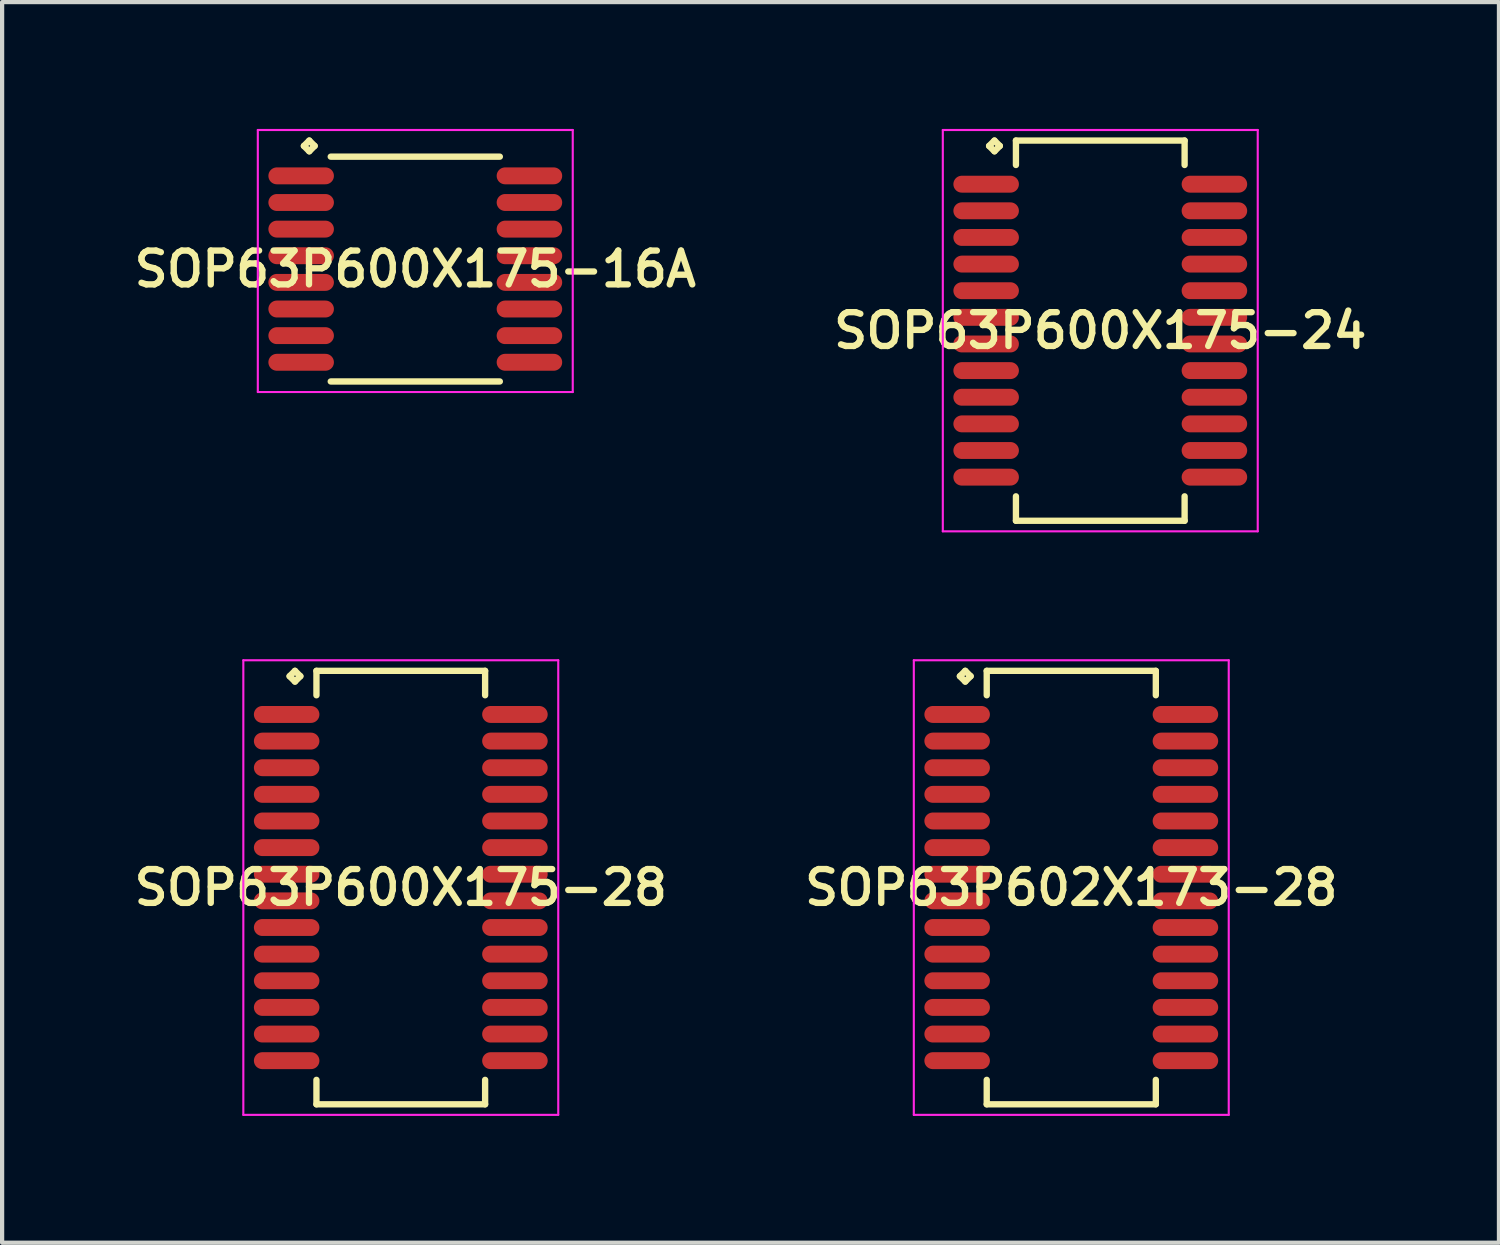
<source format=kicad_pcb>
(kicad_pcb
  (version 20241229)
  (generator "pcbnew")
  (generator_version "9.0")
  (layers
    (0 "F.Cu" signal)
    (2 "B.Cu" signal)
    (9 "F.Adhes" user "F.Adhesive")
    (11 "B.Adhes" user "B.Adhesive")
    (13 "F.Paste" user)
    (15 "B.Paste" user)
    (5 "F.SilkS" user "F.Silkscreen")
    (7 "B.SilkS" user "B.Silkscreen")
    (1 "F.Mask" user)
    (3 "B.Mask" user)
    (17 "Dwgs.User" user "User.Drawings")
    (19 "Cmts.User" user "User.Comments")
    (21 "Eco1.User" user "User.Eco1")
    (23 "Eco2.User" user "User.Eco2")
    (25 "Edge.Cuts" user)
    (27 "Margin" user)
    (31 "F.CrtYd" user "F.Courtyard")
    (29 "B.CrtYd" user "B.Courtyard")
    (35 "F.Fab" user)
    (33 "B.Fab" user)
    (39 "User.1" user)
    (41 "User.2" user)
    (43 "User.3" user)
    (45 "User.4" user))
  (footprint "SOP63P600X175-28"
    (layer "F.Cu")
    (at 6.431 17.946)
    (property "Reference" "SOP63P600X175-28" (at 0 0 0) (layer "F.SilkS") (effects (font (size 0.8 0.8) (thickness 0.15))))
    (attr smd)
    (fp_line (start -2.63 -5) (end -2.503 -5.127) (stroke (width 0.15) (type solid)) (layer "F.SilkS"))
    (fp_line (start -2.503 -5.127) (end -2.376 -5) (stroke (width 0.15) (type solid)) (layer "F.SilkS"))
    (fp_line (start -2.503 -4.873) (end -2.63 -5) (stroke (width 0.15) (type solid)) (layer "F.SilkS"))
    (fp_line (start -2.376 -5) (end -2.503 -4.873) (stroke (width 0.15) (type solid)) (layer "F.SilkS"))
    (fp_line (start -1.995 -5.127) (end 1.995 -5.127) (stroke (width 0.15) (type solid)) (layer "F.SilkS"))
    (fp_line (start -1.995 -4.549) (end -1.995 -5.127) (stroke (width 0.15) (type solid)) (layer "F.SilkS"))
    (fp_line (start -1.995 4.549) (end -1.995 5.127) (stroke (width 0.15) (type solid)) (layer "F.SilkS"))
    (fp_line (start -1.995 5.127) (end 1.995 5.127) (stroke (width 0.15) (type solid)) (layer "F.SilkS"))
    (fp_line (start 1.995 -5.127) (end 1.995 -4.549) (stroke (width 0.15) (type solid)) (layer "F.SilkS"))
    (fp_line (start 1.995 5.127) (end 1.995 4.549) (stroke (width 0.15) (type solid)) (layer "F.SilkS"))
    (fp_line (start -3.725 -5.377) (end 3.725 -5.377) (stroke (width 0.05) (type solid)) (layer "F.CrtYd"))
    (fp_line (start -3.725 5.377) (end -3.725 -5.377) (stroke (width 0.05) (type solid)) (layer "F.CrtYd"))
    (fp_line (start 3.725 -5.377) (end 3.725 5.377) (stroke (width 0.05) (type solid)) (layer "F.CrtYd"))
    (fp_line (start 3.725 5.377) (end -3.725 5.377) (stroke (width 0.05) (type solid)) (layer "F.CrtYd"))
    (pad "1" smd oval (at -2.7 -4.095) (size 1.55 0.4) (layers "F.Cu" "F.Mask" "F.Paste"))
    (pad "2" smd oval (at -2.7 -3.465) (size 1.55 0.4) (layers "F.Cu" "F.Mask" "F.Paste"))
    (pad "3" smd oval (at -2.7 -2.835) (size 1.55 0.4) (layers "F.Cu" "F.Mask" "F.Paste"))
    (pad "4" smd oval (at -2.7 -2.205) (size 1.55 0.4) (layers "F.Cu" "F.Mask" "F.Paste"))
    (pad "5" smd oval (at -2.7 -1.575) (size 1.55 0.4) (layers "F.Cu" "F.Mask" "F.Paste"))
    (pad "6" smd oval (at -2.7 -0.945) (size 1.55 0.4) (layers "F.Cu" "F.Mask" "F.Paste"))
    (pad "7" smd oval (at -2.7 -0.315) (size 1.55 0.4) (layers "F.Cu" "F.Mask" "F.Paste"))
    (pad "8" smd oval (at -2.7 0.315) (size 1.55 0.4) (layers "F.Cu" "F.Mask" "F.Paste"))
    (pad "9" smd oval (at -2.7 0.945) (size 1.55 0.4) (layers "F.Cu" "F.Mask" "F.Paste"))
    (pad "10" smd oval (at -2.7 1.575) (size 1.55 0.4) (layers "F.Cu" "F.Mask" "F.Paste"))
    (pad "11" smd oval (at -2.7 2.205) (size 1.55 0.4) (layers "F.Cu" "F.Mask" "F.Paste"))
    (pad "12" smd oval (at -2.7 2.835) (size 1.55 0.4) (layers "F.Cu" "F.Mask" "F.Paste"))
    (pad "13" smd oval (at -2.7 3.465) (size 1.55 0.4) (layers "F.Cu" "F.Mask" "F.Paste"))
    (pad "14" smd oval (at -2.7 4.095) (size 1.55 0.4) (layers "F.Cu" "F.Mask" "F.Paste"))
    (pad "15" smd oval (at 2.7 4.095) (size 1.55 0.4) (layers "F.Cu" "F.Mask" "F.Paste"))
    (pad "16" smd oval (at 2.7 3.465) (size 1.55 0.4) (layers "F.Cu" "F.Mask" "F.Paste"))
    (pad "17" smd oval (at 2.7 2.835) (size 1.55 0.4) (layers "F.Cu" "F.Mask" "F.Paste"))
    (pad "18" smd oval (at 2.7 2.205) (size 1.55 0.4) (layers "F.Cu" "F.Mask" "F.Paste"))
    (pad "19" smd oval (at 2.7 1.575) (size 1.55 0.4) (layers "F.Cu" "F.Mask" "F.Paste"))
    (pad "20" smd oval (at 2.7 0.945) (size 1.55 0.4) (layers "F.Cu" "F.Mask" "F.Paste"))
    (pad "21" smd oval (at 2.7 0.315) (size 1.55 0.4) (layers "F.Cu" "F.Mask" "F.Paste"))
    (pad "22" smd oval (at 2.7 -0.315) (size 1.55 0.4) (layers "F.Cu" "F.Mask" "F.Paste"))
    (pad "23" smd oval (at 2.7 -0.945) (size 1.55 0.4) (layers "F.Cu" "F.Mask" "F.Paste"))
    (pad "24" smd oval (at 2.7 -1.575) (size 1.55 0.4) (layers "F.Cu" "F.Mask" "F.Paste"))
    (pad "25" smd oval (at 2.7 -2.205) (size 1.55 0.4) (layers "F.Cu" "F.Mask" "F.Paste"))
    (pad "26" smd oval (at 2.7 -2.835) (size 1.55 0.4) (layers "F.Cu" "F.Mask" "F.Paste"))
    (pad "27" smd oval (at 2.7 -3.465) (size 1.55 0.4) (layers "F.Cu" "F.Mask" "F.Paste"))
    (pad "28" smd oval (at 2.7 -4.095) (size 1.55 0.4) (layers "F.Cu" "F.Mask" "F.Paste")))
  (footprint "SOP63P600X175-16A"
    (layer "F.Cu")
    (at 6.774 3.315)
    (property "Reference" "SOP63P600X175-16A" (at 0 0 0) (layer "F.SilkS") (effects (font (size 0.8 0.8) (thickness 0.15))))
    (attr smd)
    (fp_line (start -2.635 -2.913) (end -2.508 -3.04) (stroke (width 0.15) (type solid)) (layer "F.SilkS"))
    (fp_line (start -2.508 -3.04) (end -2.381 -2.913) (stroke (width 0.15) (type solid)) (layer "F.SilkS"))
    (fp_line (start -2.508 -2.786) (end -2.635 -2.913) (stroke (width 0.15) (type solid)) (layer "F.SilkS"))
    (fp_line (start -2.381 -2.913) (end -2.508 -2.786) (stroke (width 0.15) (type solid)) (layer "F.SilkS"))
    (fp_line (start -2 -2.659) (end 2 -2.659) (stroke (width 0.15) (type solid)) (layer "F.SilkS"))
    (fp_line (start -2 2.659) (end 2 2.659) (stroke (width 0.15) (type solid)) (layer "F.SilkS"))
    (fp_line (start -3.725 -3.29) (end 3.725 -3.29) (stroke (width 0.05) (type solid)) (layer "F.CrtYd"))
    (fp_line (start -3.725 2.909) (end -3.725 -3.29) (stroke (width 0.05) (type solid)) (layer "F.CrtYd"))
    (fp_line (start 3.725 -3.29) (end 3.725 2.909) (stroke (width 0.05) (type solid)) (layer "F.CrtYd"))
    (fp_line (start 3.725 2.909) (end -3.725 2.909) (stroke (width 0.05) (type solid)) (layer "F.CrtYd"))
    (pad "1" smd oval (at -2.7 -2.205) (size 1.55 0.4) (layers "F.Cu" "F.Mask" "F.Paste"))
    (pad "2" smd oval (at -2.7 -1.575) (size 1.55 0.4) (layers "F.Cu" "F.Mask" "F.Paste"))
    (pad "3" smd oval (at -2.7 -0.945) (size 1.55 0.4) (layers "F.Cu" "F.Mask" "F.Paste"))
    (pad "4" smd oval (at -2.7 -0.315) (size 1.55 0.4) (layers "F.Cu" "F.Mask" "F.Paste"))
    (pad "5" smd oval (at -2.7 0.315) (size 1.55 0.4) (layers "F.Cu" "F.Mask" "F.Paste"))
    (pad "6" smd oval (at -2.7 0.945) (size 1.55 0.4) (layers "F.Cu" "F.Mask" "F.Paste"))
    (pad "7" smd oval (at -2.7 1.575) (size 1.55 0.4) (layers "F.Cu" "F.Mask" "F.Paste"))
    (pad "8" smd oval (at -2.7 2.205) (size 1.55 0.4) (layers "F.Cu" "F.Mask" "F.Paste"))
    (pad "9" smd oval (at 2.7 2.205) (size 1.55 0.4) (layers "F.Cu" "F.Mask" "F.Paste"))
    (pad "10" smd oval (at 2.7 1.575) (size 1.55 0.4) (layers "F.Cu" "F.Mask" "F.Paste"))
    (pad "11" smd oval (at 2.7 0.945) (size 1.55 0.4) (layers "F.Cu" "F.Mask" "F.Paste"))
    (pad "12" smd oval (at 2.7 0.315) (size 1.55 0.4) (layers "F.Cu" "F.Mask" "F.Paste"))
    (pad "13" smd oval (at 2.7 -0.315) (size 1.55 0.4) (layers "F.Cu" "F.Mask" "F.Paste"))
    (pad "14" smd oval (at 2.7 -0.945) (size 1.55 0.4) (layers "F.Cu" "F.Mask" "F.Paste"))
    (pad "15" smd oval (at 2.7 -1.575) (size 1.55 0.4) (layers "F.Cu" "F.Mask" "F.Paste"))
    (pad "16" smd oval (at 2.7 -2.205) (size 1.55 0.4) (layers "F.Cu" "F.Mask" "F.Paste")))
  (footprint "SOP63P600X175-24"
    (layer "F.Cu")
    (at 22.978 4.772)
    (property "Reference" "SOP63P600X175-24" (at 0 0 0) (layer "F.SilkS") (effects (font (size 0.8 0.8) (thickness 0.15))))
    (attr smd)
    (fp_line (start -2.63 -4.37) (end -2.503 -4.497) (stroke (width 0.15) (type solid)) (layer "F.SilkS"))
    (fp_line (start -2.503 -4.497) (end -2.376 -4.37) (stroke (width 0.15) (type solid)) (layer "F.SilkS"))
    (fp_line (start -2.503 -4.243) (end -2.63 -4.37) (stroke (width 0.15) (type solid)) (layer "F.SilkS"))
    (fp_line (start -2.376 -4.37) (end -2.503 -4.243) (stroke (width 0.15) (type solid)) (layer "F.SilkS"))
    (fp_line (start -1.995 -4.497) (end 1.995 -4.497) (stroke (width 0.15) (type solid)) (layer "F.SilkS"))
    (fp_line (start -1.995 -3.919) (end -1.995 -4.497) (stroke (width 0.15) (type solid)) (layer "F.SilkS"))
    (fp_line (start -1.995 3.919) (end -1.995 4.497) (stroke (width 0.15) (type solid)) (layer "F.SilkS"))
    (fp_line (start -1.995 4.497) (end 1.995 4.497) (stroke (width 0.15) (type solid)) (layer "F.SilkS"))
    (fp_line (start 1.995 -4.497) (end 1.995 -3.919) (stroke (width 0.15) (type solid)) (layer "F.SilkS"))
    (fp_line (start 1.995 4.497) (end 1.995 3.919) (stroke (width 0.15) (type solid)) (layer "F.SilkS"))
    (fp_line (start -3.725 -4.747) (end 3.725 -4.747) (stroke (width 0.05) (type solid)) (layer "F.CrtYd"))
    (fp_line (start -3.725 4.747) (end -3.725 -4.747) (stroke (width 0.05) (type solid)) (layer "F.CrtYd"))
    (fp_line (start 3.725 -4.747) (end 3.725 4.747) (stroke (width 0.05) (type solid)) (layer "F.CrtYd"))
    (fp_line (start 3.725 4.747) (end -3.725 4.747) (stroke (width 0.05) (type solid)) (layer "F.CrtYd"))
    (pad "1" smd oval (at -2.7 -3.465) (size 1.55 0.4) (layers "F.Cu" "F.Mask" "F.Paste"))
    (pad "2" smd oval (at -2.7 -2.835) (size 1.55 0.4) (layers "F.Cu" "F.Mask" "F.Paste"))
    (pad "3" smd oval (at -2.7 -2.205) (size 1.55 0.4) (layers "F.Cu" "F.Mask" "F.Paste"))
    (pad "4" smd oval (at -2.7 -1.575) (size 1.55 0.4) (layers "F.Cu" "F.Mask" "F.Paste"))
    (pad "5" smd oval (at -2.7 -0.945) (size 1.55 0.4) (layers "F.Cu" "F.Mask" "F.Paste"))
    (pad "6" smd oval (at -2.7 -0.315) (size 1.55 0.4) (layers "F.Cu" "F.Mask" "F.Paste"))
    (pad "7" smd oval (at -2.7 0.315) (size 1.55 0.4) (layers "F.Cu" "F.Mask" "F.Paste"))
    (pad "8" smd oval (at -2.7 0.945) (size 1.55 0.4) (layers "F.Cu" "F.Mask" "F.Paste"))
    (pad "9" smd oval (at -2.7 1.575) (size 1.55 0.4) (layers "F.Cu" "F.Mask" "F.Paste"))
    (pad "10" smd oval (at -2.7 2.205) (size 1.55 0.4) (layers "F.Cu" "F.Mask" "F.Paste"))
    (pad "11" smd oval (at -2.7 2.835) (size 1.55 0.4) (layers "F.Cu" "F.Mask" "F.Paste"))
    (pad "12" smd oval (at -2.7 3.465) (size 1.55 0.4) (layers "F.Cu" "F.Mask" "F.Paste"))
    (pad "13" smd oval (at 2.7 3.465) (size 1.55 0.4) (layers "F.Cu" "F.Mask" "F.Paste"))
    (pad "14" smd oval (at 2.7 2.835) (size 1.55 0.4) (layers "F.Cu" "F.Mask" "F.Paste"))
    (pad "15" smd oval (at 2.7 2.205) (size 1.55 0.4) (layers "F.Cu" "F.Mask" "F.Paste"))
    (pad "16" smd oval (at 2.7 1.575) (size 1.55 0.4) (layers "F.Cu" "F.Mask" "F.Paste"))
    (pad "17" smd oval (at 2.7 0.945) (size 1.55 0.4) (layers "F.Cu" "F.Mask" "F.Paste"))
    (pad "18" smd oval (at 2.7 0.315) (size 1.55 0.4) (layers "F.Cu" "F.Mask" "F.Paste"))
    (pad "19" smd oval (at 2.7 -0.315) (size 1.55 0.4) (layers "F.Cu" "F.Mask" "F.Paste"))
    (pad "20" smd oval (at 2.7 -0.945) (size 1.55 0.4) (layers "F.Cu" "F.Mask" "F.Paste"))
    (pad "21" smd oval (at 2.7 -1.575) (size 1.55 0.4) (layers "F.Cu" "F.Mask" "F.Paste"))
    (pad "22" smd oval (at 2.7 -2.205) (size 1.55 0.4) (layers "F.Cu" "F.Mask" "F.Paste"))
    (pad "23" smd oval (at 2.7 -2.835) (size 1.55 0.4) (layers "F.Cu" "F.Mask" "F.Paste"))
    (pad "24" smd oval (at 2.7 -3.465) (size 1.55 0.4) (layers "F.Cu" "F.Mask" "F.Paste")))
  (footprint "SOP63P602X173-28"
    (layer "F.Cu")
    (at 22.292 17.946)
    (property "Reference" "SOP63P602X173-28" (at 0 0 0) (layer "F.SilkS") (effects (font (size 0.8 0.8) (thickness 0.15))))
    (attr smd)
    (fp_line (start -2.635 -5) (end -2.508 -5.127) (stroke (width 0.15) (type solid)) (layer "F.SilkS"))
    (fp_line (start -2.508 -5.127) (end -2.381 -5) (stroke (width 0.15) (type solid)) (layer "F.SilkS"))
    (fp_line (start -2.508 -4.873) (end -2.635 -5) (stroke (width 0.15) (type solid)) (layer "F.SilkS"))
    (fp_line (start -2.381 -5) (end -2.508 -4.873) (stroke (width 0.15) (type solid)) (layer "F.SilkS"))
    (fp_line (start -2 -5.127) (end 2 -5.127) (stroke (width 0.15) (type solid)) (layer "F.SilkS"))
    (fp_line (start -2 -4.549) (end -2 -5.127) (stroke (width 0.15) (type solid)) (layer "F.SilkS"))
    (fp_line (start -2 4.549) (end -2 5.127) (stroke (width 0.15) (type solid)) (layer "F.SilkS"))
    (fp_line (start -2 5.127) (end 2 5.127) (stroke (width 0.15) (type solid)) (layer "F.SilkS"))
    (fp_line (start 2 -5.127) (end 2 -4.549) (stroke (width 0.15) (type solid)) (layer "F.SilkS"))
    (fp_line (start 2 5.127) (end 2 4.549) (stroke (width 0.15) (type solid)) (layer "F.SilkS"))
    (fp_line (start -3.725 -5.377) (end 3.725 -5.377) (stroke (width 0.05) (type solid)) (layer "F.CrtYd"))
    (fp_line (start -3.725 5.377) (end -3.725 -5.377) (stroke (width 0.05) (type solid)) (layer "F.CrtYd"))
    (fp_line (start 3.725 -5.377) (end 3.725 5.377) (stroke (width 0.05) (type solid)) (layer "F.CrtYd"))
    (fp_line (start 3.725 5.377) (end -3.725 5.377) (stroke (width 0.05) (type solid)) (layer "F.CrtYd"))
    (pad "1" smd oval (at -2.7 -4.095) (size 1.55 0.4) (layers "F.Cu" "F.Mask" "F.Paste"))
    (pad "2" smd oval (at -2.7 -3.465) (size 1.55 0.4) (layers "F.Cu" "F.Mask" "F.Paste"))
    (pad "3" smd oval (at -2.7 -2.835) (size 1.55 0.4) (layers "F.Cu" "F.Mask" "F.Paste"))
    (pad "4" smd oval (at -2.7 -2.205) (size 1.55 0.4) (layers "F.Cu" "F.Mask" "F.Paste"))
    (pad "5" smd oval (at -2.7 -1.575) (size 1.55 0.4) (layers "F.Cu" "F.Mask" "F.Paste"))
    (pad "6" smd oval (at -2.7 -0.945) (size 1.55 0.4) (layers "F.Cu" "F.Mask" "F.Paste"))
    (pad "7" smd oval (at -2.7 -0.315) (size 1.55 0.4) (layers "F.Cu" "F.Mask" "F.Paste"))
    (pad "8" smd oval (at -2.7 0.315) (size 1.55 0.4) (layers "F.Cu" "F.Mask" "F.Paste"))
    (pad "9" smd oval (at -2.7 0.945) (size 1.55 0.4) (layers "F.Cu" "F.Mask" "F.Paste"))
    (pad "10" smd oval (at -2.7 1.575) (size 1.55 0.4) (layers "F.Cu" "F.Mask" "F.Paste"))
    (pad "11" smd oval (at -2.7 2.205) (size 1.55 0.4) (layers "F.Cu" "F.Mask" "F.Paste"))
    (pad "12" smd oval (at -2.7 2.835) (size 1.55 0.4) (layers "F.Cu" "F.Mask" "F.Paste"))
    (pad "13" smd oval (at -2.7 3.465) (size 1.55 0.4) (layers "F.Cu" "F.Mask" "F.Paste"))
    (pad "14" smd oval (at -2.7 4.095) (size 1.55 0.4) (layers "F.Cu" "F.Mask" "F.Paste"))
    (pad "15" smd oval (at 2.7 4.095) (size 1.55 0.4) (layers "F.Cu" "F.Mask" "F.Paste"))
    (pad "16" smd oval (at 2.7 3.465) (size 1.55 0.4) (layers "F.Cu" "F.Mask" "F.Paste"))
    (pad "17" smd oval (at 2.7 2.835) (size 1.55 0.4) (layers "F.Cu" "F.Mask" "F.Paste"))
    (pad "18" smd oval (at 2.7 2.205) (size 1.55 0.4) (layers "F.Cu" "F.Mask" "F.Paste"))
    (pad "19" smd oval (at 2.7 1.575) (size 1.55 0.4) (layers "F.Cu" "F.Mask" "F.Paste"))
    (pad "20" smd oval (at 2.7 0.945) (size 1.55 0.4) (layers "F.Cu" "F.Mask" "F.Paste"))
    (pad "21" smd oval (at 2.7 0.315) (size 1.55 0.4) (layers "F.Cu" "F.Mask" "F.Paste"))
    (pad "22" smd oval (at 2.7 -0.315) (size 1.55 0.4) (layers "F.Cu" "F.Mask" "F.Paste"))
    (pad "23" smd oval (at 2.7 -0.945) (size 1.55 0.4) (layers "F.Cu" "F.Mask" "F.Paste"))
    (pad "24" smd oval (at 2.7 -1.575) (size 1.55 0.4) (layers "F.Cu" "F.Mask" "F.Paste"))
    (pad "25" smd oval (at 2.7 -2.205) (size 1.55 0.4) (layers "F.Cu" "F.Mask" "F.Paste"))
    (pad "26" smd oval (at 2.7 -2.835) (size 1.55 0.4) (layers "F.Cu" "F.Mask" "F.Paste"))
    (pad "27" smd oval (at 2.7 -3.465) (size 1.55 0.4) (layers "F.Cu" "F.Mask" "F.Paste"))
    (pad "28" smd oval (at 2.7 -4.095) (size 1.55 0.4) (layers "F.Cu" "F.Mask" "F.Paste")))
  (gr_rect
    (start -3 -3)
    (end 32.409 26.348)
    (stroke (width 0.1) (type default))
    (fill no)
    (layer "Edge.Cuts")))
</source>
